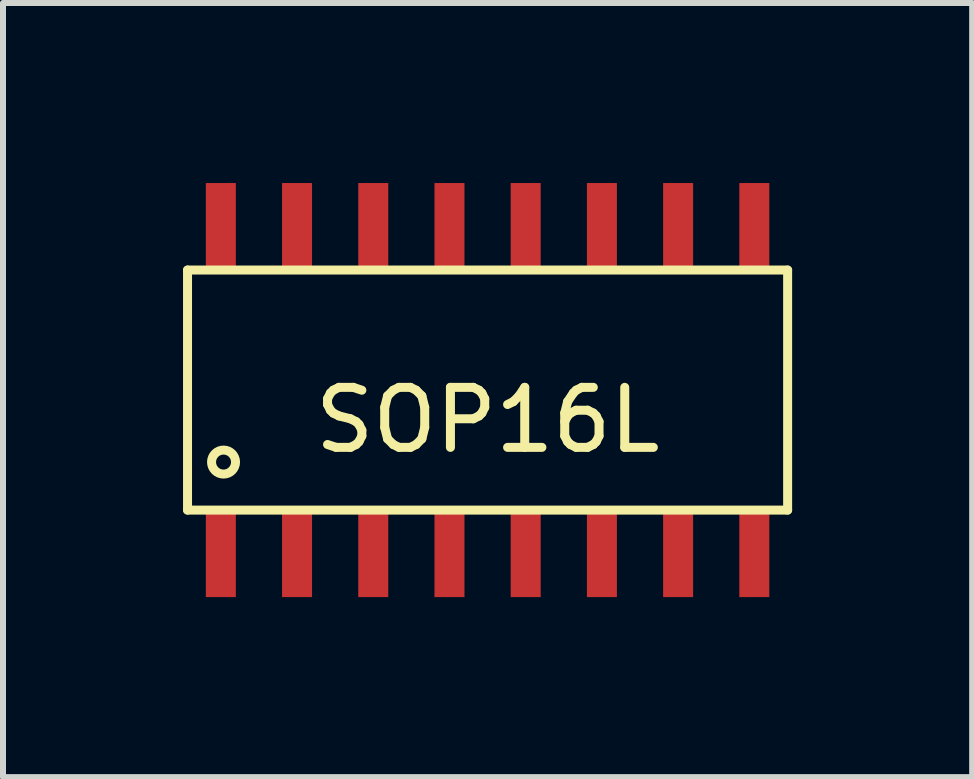
<source format=kicad_pcb>
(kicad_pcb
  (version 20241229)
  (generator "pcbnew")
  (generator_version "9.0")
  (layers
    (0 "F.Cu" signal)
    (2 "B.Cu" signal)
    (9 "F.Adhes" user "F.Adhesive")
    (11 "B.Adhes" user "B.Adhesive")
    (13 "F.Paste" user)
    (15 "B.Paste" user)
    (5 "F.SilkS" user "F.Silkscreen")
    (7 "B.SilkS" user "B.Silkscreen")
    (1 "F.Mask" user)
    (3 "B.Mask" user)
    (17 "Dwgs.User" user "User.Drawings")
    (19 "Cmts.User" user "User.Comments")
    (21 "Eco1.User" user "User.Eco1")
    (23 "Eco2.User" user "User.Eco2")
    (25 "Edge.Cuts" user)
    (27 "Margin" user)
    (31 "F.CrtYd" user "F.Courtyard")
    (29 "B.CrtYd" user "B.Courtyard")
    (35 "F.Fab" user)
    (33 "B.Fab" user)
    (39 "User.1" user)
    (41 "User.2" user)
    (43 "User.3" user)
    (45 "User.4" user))
  (footprint "SOP16L"
    (layer "F.Cu")
    (at 5.075 3.45)
    (property "Reference" "SOP16L" (at 0 0.5 0) (layer "F.SilkS") (effects (font (size 1 1) (thickness 0.15))))
    (attr through_hole)
    (fp_line (start -5 -2) (end 5 -2) (stroke (width 0.15) (type solid)) (layer "F.SilkS"))
    (fp_line (start -5 2) (end -5 -2) (stroke (width 0.15) (type solid)) (layer "F.SilkS"))
    (fp_line (start 5 -2) (end 5 2) (stroke (width 0.15) (type solid)) (layer "F.SilkS"))
    (fp_line (start 5 2) (end -5 2) (stroke (width 0.15) (type solid)) (layer "F.SilkS"))
    (fp_circle (center -4.4 1.2) (end -4.4 1.4) (stroke (width 0.15) (type solid)) (fill no) (layer "F.SilkS"))
    (pad "1" smd rect (at -4.445 2.7) (size 0.5 1.5) (layers "F.Cu" "F.Mask" "F.Paste"))
    (pad "2" smd rect (at -3.175 2.7) (size 0.5 1.5) (layers "F.Cu" "F.Mask" "F.Paste"))
    (pad "3" smd rect (at -1.905 2.7) (size 0.5 1.5) (layers "F.Cu" "F.Mask" "F.Paste"))
    (pad "4" smd rect (at -0.635 2.7) (size 0.5 1.5) (layers "F.Cu" "F.Mask" "F.Paste"))
    (pad "5" smd rect (at 0.635 2.7) (size 0.5 1.5) (layers "F.Cu" "F.Mask" "F.Paste"))
    (pad "6" smd rect (at 1.905 2.7) (size 0.5 1.5) (layers "F.Cu" "F.Mask" "F.Paste"))
    (pad "7" smd rect (at 3.175 2.7) (size 0.5 1.5) (layers "F.Cu" "F.Mask" "F.Paste"))
    (pad "8" smd rect (at 4.445 2.7) (size 0.5 1.5) (layers "F.Cu" "F.Mask" "F.Paste"))
    (pad "9" smd rect (at 4.445 -2.7) (size 0.5 1.5) (layers "F.Cu" "F.Mask" "F.Paste"))
    (pad "10" smd rect (at 3.175 -2.7) (size 0.5 1.5) (layers "F.Cu" "F.Mask" "F.Paste"))
    (pad "11" smd rect (at 1.905 -2.7) (size 0.5 1.5) (layers "F.Cu" "F.Mask" "F.Paste"))
    (pad "12" smd rect (at 0.635 -2.7) (size 0.5 1.5) (layers "F.Cu" "F.Mask" "F.Paste"))
    (pad "13" smd rect (at -0.635 -2.7) (size 0.5 1.5) (layers "F.Cu" "F.Mask" "F.Paste"))
    (pad "14" smd rect (at -1.905 -2.7) (size 0.5 1.5) (layers "F.Cu" "F.Mask" "F.Paste"))
    (pad "15" smd rect (at -3.175 -2.7) (size 0.5 1.5) (layers "F.Cu" "F.Mask" "F.Paste"))
    (pad "16" smd rect (at -4.445 -2.7) (size 0.5 1.5) (layers "F.Cu" "F.Mask" "F.Paste")))
  (gr_rect
    (start -3 -3)
    (end 13.15 9.9)
    (stroke (width 0.1) (type default))
    (fill no)
    (layer "Edge.Cuts")))
</source>
